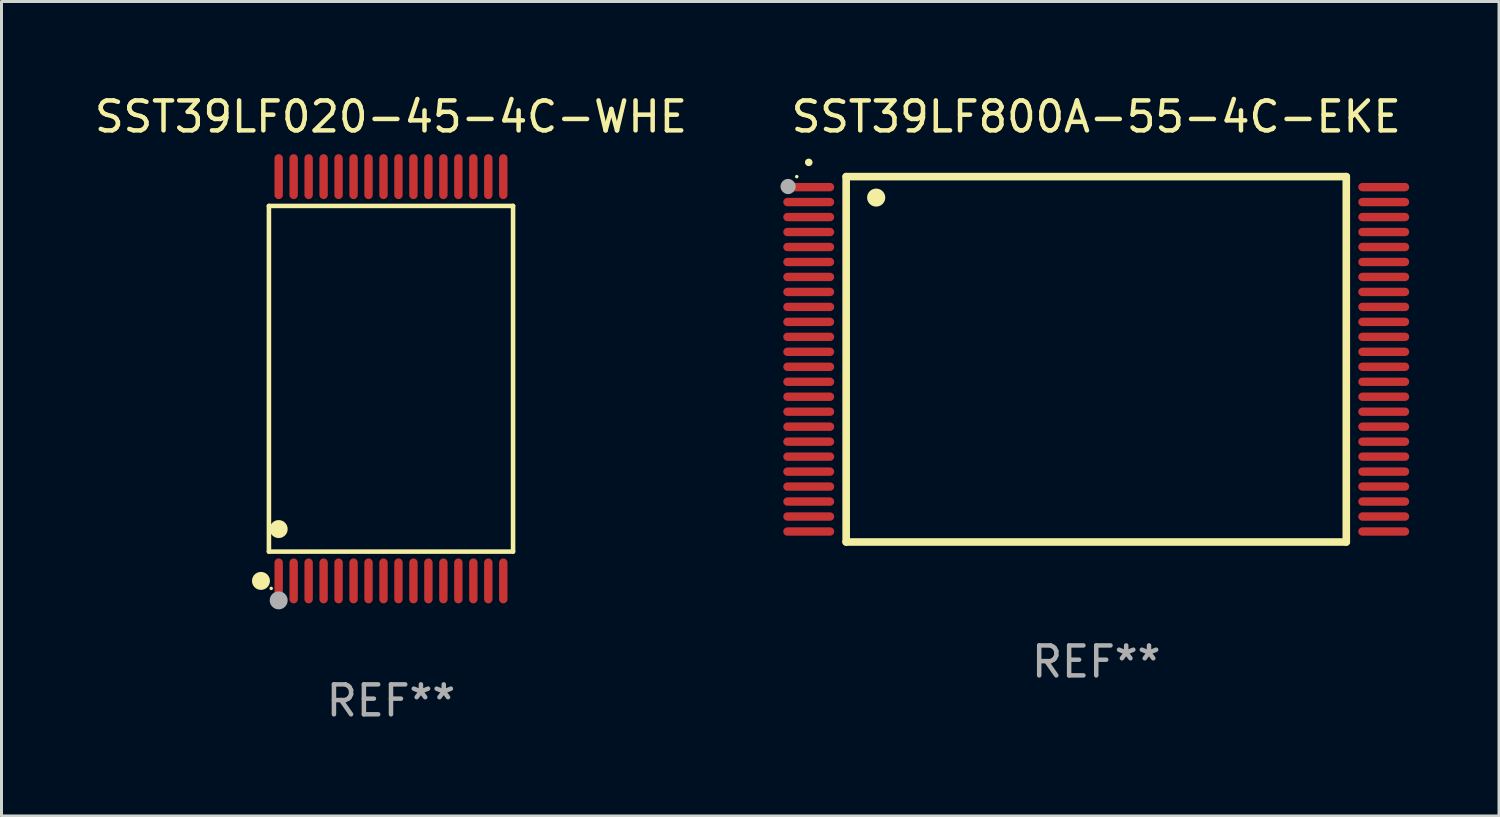
<source format=kicad_pcb>
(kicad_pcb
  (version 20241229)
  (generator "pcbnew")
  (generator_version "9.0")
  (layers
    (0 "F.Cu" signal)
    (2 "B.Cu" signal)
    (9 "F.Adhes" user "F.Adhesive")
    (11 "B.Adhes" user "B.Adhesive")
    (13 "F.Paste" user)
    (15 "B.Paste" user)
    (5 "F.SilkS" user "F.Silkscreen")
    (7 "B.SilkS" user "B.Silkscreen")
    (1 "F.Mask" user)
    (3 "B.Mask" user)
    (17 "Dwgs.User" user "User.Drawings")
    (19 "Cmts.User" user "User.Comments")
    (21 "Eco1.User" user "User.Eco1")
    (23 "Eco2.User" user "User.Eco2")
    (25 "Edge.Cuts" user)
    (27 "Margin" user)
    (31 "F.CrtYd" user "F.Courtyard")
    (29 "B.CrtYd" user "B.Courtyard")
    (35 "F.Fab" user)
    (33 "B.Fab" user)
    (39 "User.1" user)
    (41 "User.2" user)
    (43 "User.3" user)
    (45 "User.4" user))
  (footprint "SST39LF020-45-4C-WHE"
    (layer "F.Cu")
    (at 10.006 9.598)
    (property "Reference" "SST39LF020-45-4C-WHE" (at 0 -8.75 0) (layer "F.SilkS") (effects (font (size 1 1) (thickness 0.15))))
    (attr through_hole)
    (fp_line (start -4.076 -5.771) (end 4.076 -5.771) (stroke (width 0.152) (type solid)) (layer "F.SilkS"))
    (fp_line (start -4.076 5.771) (end -4.076 -5.771) (stroke (width 0.152) (type solid)) (layer "F.SilkS"))
    (fp_line (start 4.076 -5.771) (end 4.076 5.771) (stroke (width 0.152) (type solid)) (layer "F.SilkS"))
    (fp_line (start 4.076 5.771) (end -4.076 5.771) (stroke (width 0.152) (type solid)) (layer "F.SilkS"))
    (fp_circle (center -4.342 6.75) (end -4.192 6.75) (stroke (width 0.3) (type solid)) (fill no) (layer "F.SilkS"))
    (fp_circle (center -4 7) (end -3.97 7) (stroke (width 0.06) (type solid)) (fill no) (layer "F.SilkS"))
    (fp_circle (center -3.75 5.019) (end -3.6 5.019) (stroke (width 0.3) (type solid)) (fill no) (layer "F.SilkS"))
    (fp_circle (center -3.75 7.4) (end -3.6 7.4) (stroke (width 0.3) (type solid)) (fill no) (layer "F.Fab"))
    (fp_text user "REF**" (at 0 10.75 0) (layer "F.Fab") (effects (font (size 1 1) (thickness 0.15))))
    (pad "1" smd oval (at -3.75 6.75) (size 0.28 1.5) (layers "F.Cu" "F.Mask" "F.Paste"))
    (pad "2" smd oval (at -3.25 6.75) (size 0.28 1.5) (layers "F.Cu" "F.Mask" "F.Paste"))
    (pad "3" smd oval (at -2.75 6.75) (size 0.28 1.5) (layers "F.Cu" "F.Mask" "F.Paste"))
    (pad "4" smd oval (at -2.25 6.75) (size 0.28 1.5) (layers "F.Cu" "F.Mask" "F.Paste"))
    (pad "5" smd oval (at -1.75 6.75) (size 0.28 1.5) (layers "F.Cu" "F.Mask" "F.Paste"))
    (pad "6" smd oval (at -1.25 6.75) (size 0.28 1.5) (layers "F.Cu" "F.Mask" "F.Paste"))
    (pad "7" smd oval (at -0.75 6.75) (size 0.28 1.5) (layers "F.Cu" "F.Mask" "F.Paste"))
    (pad "8" smd oval (at -0.25 6.75) (size 0.28 1.5) (layers "F.Cu" "F.Mask" "F.Paste"))
    (pad "9" smd oval (at 0.25 6.75) (size 0.28 1.5) (layers "F.Cu" "F.Mask" "F.Paste"))
    (pad "10" smd oval (at 0.75 6.75) (size 0.28 1.5) (layers "F.Cu" "F.Mask" "F.Paste"))
    (pad "11" smd oval (at 1.25 6.75) (size 0.28 1.5) (layers "F.Cu" "F.Mask" "F.Paste"))
    (pad "12" smd oval (at 1.75 6.75) (size 0.28 1.5) (layers "F.Cu" "F.Mask" "F.Paste"))
    (pad "13" smd oval (at 2.25 6.75) (size 0.28 1.5) (layers "F.Cu" "F.Mask" "F.Paste"))
    (pad "14" smd oval (at 2.75 6.75) (size 0.28 1.5) (layers "F.Cu" "F.Mask" "F.Paste"))
    (pad "15" smd oval (at 3.25 6.75) (size 0.28 1.5) (layers "F.Cu" "F.Mask" "F.Paste"))
    (pad "16" smd oval (at 3.75 6.75) (size 0.28 1.5) (layers "F.Cu" "F.Mask" "F.Paste"))
    (pad "17" smd oval (at 3.75 -6.75) (size 0.28 1.5) (layers "F.Cu" "F.Mask" "F.Paste"))
    (pad "18" smd oval (at 3.25 -6.75) (size 0.28 1.5) (layers "F.Cu" "F.Mask" "F.Paste"))
    (pad "19" smd oval (at 2.75 -6.75) (size 0.28 1.5) (layers "F.Cu" "F.Mask" "F.Paste"))
    (pad "20" smd oval (at 2.25 -6.75) (size 0.28 1.5) (layers "F.Cu" "F.Mask" "F.Paste"))
    (pad "21" smd oval (at 1.75 -6.75) (size 0.28 1.5) (layers "F.Cu" "F.Mask" "F.Paste"))
    (pad "22" smd oval (at 1.25 -6.75) (size 0.28 1.5) (layers "F.Cu" "F.Mask" "F.Paste"))
    (pad "23" smd oval (at 0.75 -6.75) (size 0.28 1.5) (layers "F.Cu" "F.Mask" "F.Paste"))
    (pad "24" smd oval (at 0.25 -6.75) (size 0.28 1.5) (layers "F.Cu" "F.Mask" "F.Paste"))
    (pad "25" smd oval (at -0.25 -6.75) (size 0.28 1.5) (layers "F.Cu" "F.Mask" "F.Paste"))
    (pad "26" smd oval (at -0.75 -6.75) (size 0.28 1.5) (layers "F.Cu" "F.Mask" "F.Paste"))
    (pad "27" smd oval (at -1.25 -6.75) (size 0.28 1.5) (layers "F.Cu" "F.Mask" "F.Paste"))
    (pad "28" smd oval (at -1.75 -6.75) (size 0.28 1.5) (layers "F.Cu" "F.Mask" "F.Paste"))
    (pad "29" smd oval (at -2.25 -6.75) (size 0.28 1.5) (layers "F.Cu" "F.Mask" "F.Paste"))
    (pad "30" smd oval (at -2.75 -6.75) (size 0.28 1.5) (layers "F.Cu" "F.Mask" "F.Paste"))
    (pad "31" smd oval (at -3.25 -6.75) (size 0.28 1.5) (layers "F.Cu" "F.Mask" "F.Paste"))
    (pad "32" smd oval (at -3.75 -6.75) (size 0.28 1.5) (layers "F.Cu" "F.Mask" "F.Paste")))
  (footprint "SST39LF800A-55-4C-EKE"
    (layer "F.Cu")
    (at 33.556 8.948)
    (property "Reference" "SST39LF800A-55-4C-EKE" (at 0 -8.1 0) (layer "F.SilkS") (effects (font (size 1 1) (thickness 0.15))))
    (attr through_hole)
    (fp_line (start -8.35 -6.1) (end 8.35 -6.1) (stroke (width 0.254) (type solid)) (layer "F.SilkS"))
    (fp_line (start -8.35 6.1) (end -8.35 -6.1) (stroke (width 0.254) (type solid)) (layer "F.SilkS"))
    (fp_line (start 8.35 -6.1) (end 8.35 6.1) (stroke (width 0.254) (type solid)) (layer "F.SilkS"))
    (fp_line (start 8.35 6.1) (end -8.35 6.1) (stroke (width 0.254) (type solid)) (layer "F.SilkS"))
    (fp_arc (start -9.601219 -6.57606) (mid -9.599949 -6.576066) (end -9.598679 -6.57606) (stroke (width 0.25) (type solid)) (layer "F.SilkS"))
    (fp_arc (start -7.350775 -5.400038) (mid -7.348235 -5.400049) (end -7.345695 -5.400038) (stroke (width 0.6) (type solid)) (layer "F.SilkS"))
    (fp_circle (center -10 -6.1) (end -9.97 -6.1) (stroke (width 0.06) (type solid)) (fill no) (layer "F.SilkS"))
    (fp_circle (center -10.29 -5.77) (end -10.163 -5.77) (stroke (width 0.254) (type solid)) (fill no) (layer "F.Fab"))
    (fp_text user "REF**" (at 0 10.1 0) (layer "F.Fab") (effects (font (size 1 1) (thickness 0.15))))
    (pad "1" smd oval (at -9.6 -5.75 90) (size 0.28 1.7) (layers "F.Cu" "F.Mask" "F.Paste"))
    (pad "2" smd oval (at -9.6 -5.25 90) (size 0.28 1.7) (layers "F.Cu" "F.Mask" "F.Paste"))
    (pad "3" smd oval (at -9.6 -4.75 90) (size 0.28 1.7) (layers "F.Cu" "F.Mask" "F.Paste"))
    (pad "4" smd oval (at -9.6 -4.25 90) (size 0.28 1.7) (layers "F.Cu" "F.Mask" "F.Paste"))
    (pad "5" smd oval (at -9.6 -3.75 90) (size 0.28 1.7) (layers "F.Cu" "F.Mask" "F.Paste"))
    (pad "6" smd oval (at -9.6 -3.25 90) (size 0.28 1.7) (layers "F.Cu" "F.Mask" "F.Paste"))
    (pad "7" smd oval (at -9.6 -2.75 90) (size 0.28 1.7) (layers "F.Cu" "F.Mask" "F.Paste"))
    (pad "8" smd oval (at -9.6 -2.25 90) (size 0.28 1.7) (layers "F.Cu" "F.Mask" "F.Paste"))
    (pad "9" smd oval (at -9.6 -1.75 90) (size 0.28 1.7) (layers "F.Cu" "F.Mask" "F.Paste"))
    (pad "10" smd oval (at -9.6 -1.25 90) (size 0.28 1.7) (layers "F.Cu" "F.Mask" "F.Paste"))
    (pad "11" smd oval (at -9.6 -0.75 90) (size 0.28 1.7) (layers "F.Cu" "F.Mask" "F.Paste"))
    (pad "12" smd oval (at -9.6 -0.25 90) (size 0.28 1.7) (layers "F.Cu" "F.Mask" "F.Paste"))
    (pad "13" smd oval (at -9.6 0.25 90) (size 0.28 1.7) (layers "F.Cu" "F.Mask" "F.Paste"))
    (pad "14" smd oval (at -9.6 0.75 90) (size 0.28 1.7) (layers "F.Cu" "F.Mask" "F.Paste"))
    (pad "15" smd oval (at -9.6 1.25 90) (size 0.28 1.7) (layers "F.Cu" "F.Mask" "F.Paste"))
    (pad "16" smd oval (at -9.6 1.75 90) (size 0.28 1.7) (layers "F.Cu" "F.Mask" "F.Paste"))
    (pad "17" smd oval (at -9.6 2.25 90) (size 0.28 1.7) (layers "F.Cu" "F.Mask" "F.Paste"))
    (pad "18" smd oval (at -9.6 2.75 90) (size 0.28 1.7) (layers "F.Cu" "F.Mask" "F.Paste"))
    (pad "19" smd oval (at -9.6 3.25 90) (size 0.28 1.7) (layers "F.Cu" "F.Mask" "F.Paste"))
    (pad "20" smd oval (at -9.6 3.75 90) (size 0.28 1.7) (layers "F.Cu" "F.Mask" "F.Paste"))
    (pad "21" smd oval (at -9.6 4.25 90) (size 0.28 1.7) (layers "F.Cu" "F.Mask" "F.Paste"))
    (pad "22" smd oval (at -9.6 4.75 90) (size 0.28 1.7) (layers "F.Cu" "F.Mask" "F.Paste"))
    (pad "23" smd oval (at -9.6 5.25 90) (size 0.28 1.7) (layers "F.Cu" "F.Mask" "F.Paste"))
    (pad "24" smd oval (at -9.6 5.75 90) (size 0.28 1.7) (layers "F.Cu" "F.Mask" "F.Paste"))
    (pad "25" smd oval (at 9.6 5.75 90) (size 0.28 1.7) (layers "F.Cu" "F.Mask" "F.Paste"))
    (pad "26" smd oval (at 9.6 5.25 90) (size 0.28 1.7) (layers "F.Cu" "F.Mask" "F.Paste"))
    (pad "27" smd oval (at 9.6 4.75 90) (size 0.28 1.7) (layers "F.Cu" "F.Mask" "F.Paste"))
    (pad "28" smd oval (at 9.6 4.25 90) (size 0.28 1.7) (layers "F.Cu" "F.Mask" "F.Paste"))
    (pad "29" smd oval (at 9.6 3.75 90) (size 0.28 1.7) (layers "F.Cu" "F.Mask" "F.Paste"))
    (pad "30" smd oval (at 9.6 3.25 90) (size 0.28 1.7) (layers "F.Cu" "F.Mask" "F.Paste"))
    (pad "31" smd oval (at 9.6 2.75 90) (size 0.28 1.7) (layers "F.Cu" "F.Mask" "F.Paste"))
    (pad "32" smd oval (at 9.6 2.25 90) (size 0.28 1.7) (layers "F.Cu" "F.Mask" "F.Paste"))
    (pad "33" smd oval (at 9.6 1.75 90) (size 0.28 1.7) (layers "F.Cu" "F.Mask" "F.Paste"))
    (pad "34" smd oval (at 9.6 1.25 90) (size 0.28 1.7) (layers "F.Cu" "F.Mask" "F.Paste"))
    (pad "35" smd oval (at 9.6 0.75 90) (size 0.28 1.7) (layers "F.Cu" "F.Mask" "F.Paste"))
    (pad "36" smd oval (at 9.6 0.25 90) (size 0.28 1.7) (layers "F.Cu" "F.Mask" "F.Paste"))
    (pad "37" smd oval (at 9.6 -0.25 90) (size 0.28 1.7) (layers "F.Cu" "F.Mask" "F.Paste"))
    (pad "38" smd oval (at 9.6 -0.75 90) (size 0.28 1.7) (layers "F.Cu" "F.Mask" "F.Paste"))
    (pad "39" smd oval (at 9.6 -1.25 90) (size 0.28 1.7) (layers "F.Cu" "F.Mask" "F.Paste"))
    (pad "40" smd oval (at 9.6 -1.75 90) (size 0.28 1.7) (layers "F.Cu" "F.Mask" "F.Paste"))
    (pad "41" smd oval (at 9.6 -2.25 90) (size 0.28 1.7) (layers "F.Cu" "F.Mask" "F.Paste"))
    (pad "42" smd oval (at 9.6 -2.75 90) (size 0.28 1.7) (layers "F.Cu" "F.Mask" "F.Paste"))
    (pad "43" smd oval (at 9.6 -3.25 90) (size 0.28 1.7) (layers "F.Cu" "F.Mask" "F.Paste"))
    (pad "44" smd oval (at 9.6 -3.75 90) (size 0.28 1.7) (layers "F.Cu" "F.Mask" "F.Paste"))
    (pad "45" smd oval (at 9.6 -4.25 90) (size 0.28 1.7) (layers "F.Cu" "F.Mask" "F.Paste"))
    (pad "46" smd oval (at 9.6 -4.75 90) (size 0.28 1.7) (layers "F.Cu" "F.Mask" "F.Paste"))
    (pad "47" smd oval (at 9.6 -5.25 90) (size 0.28 1.7) (layers "F.Cu" "F.Mask" "F.Paste"))
    (pad "48" smd oval (at 9.6 -5.75 90) (size 0.28 1.7) (layers "F.Cu" "F.Mask" "F.Paste")))
  (gr_rect
    (start -3 -3)
    (end 47.006 24.197)
    (stroke (width 0.1) (type default))
    (fill no)
    (layer "Edge.Cuts")))
</source>
